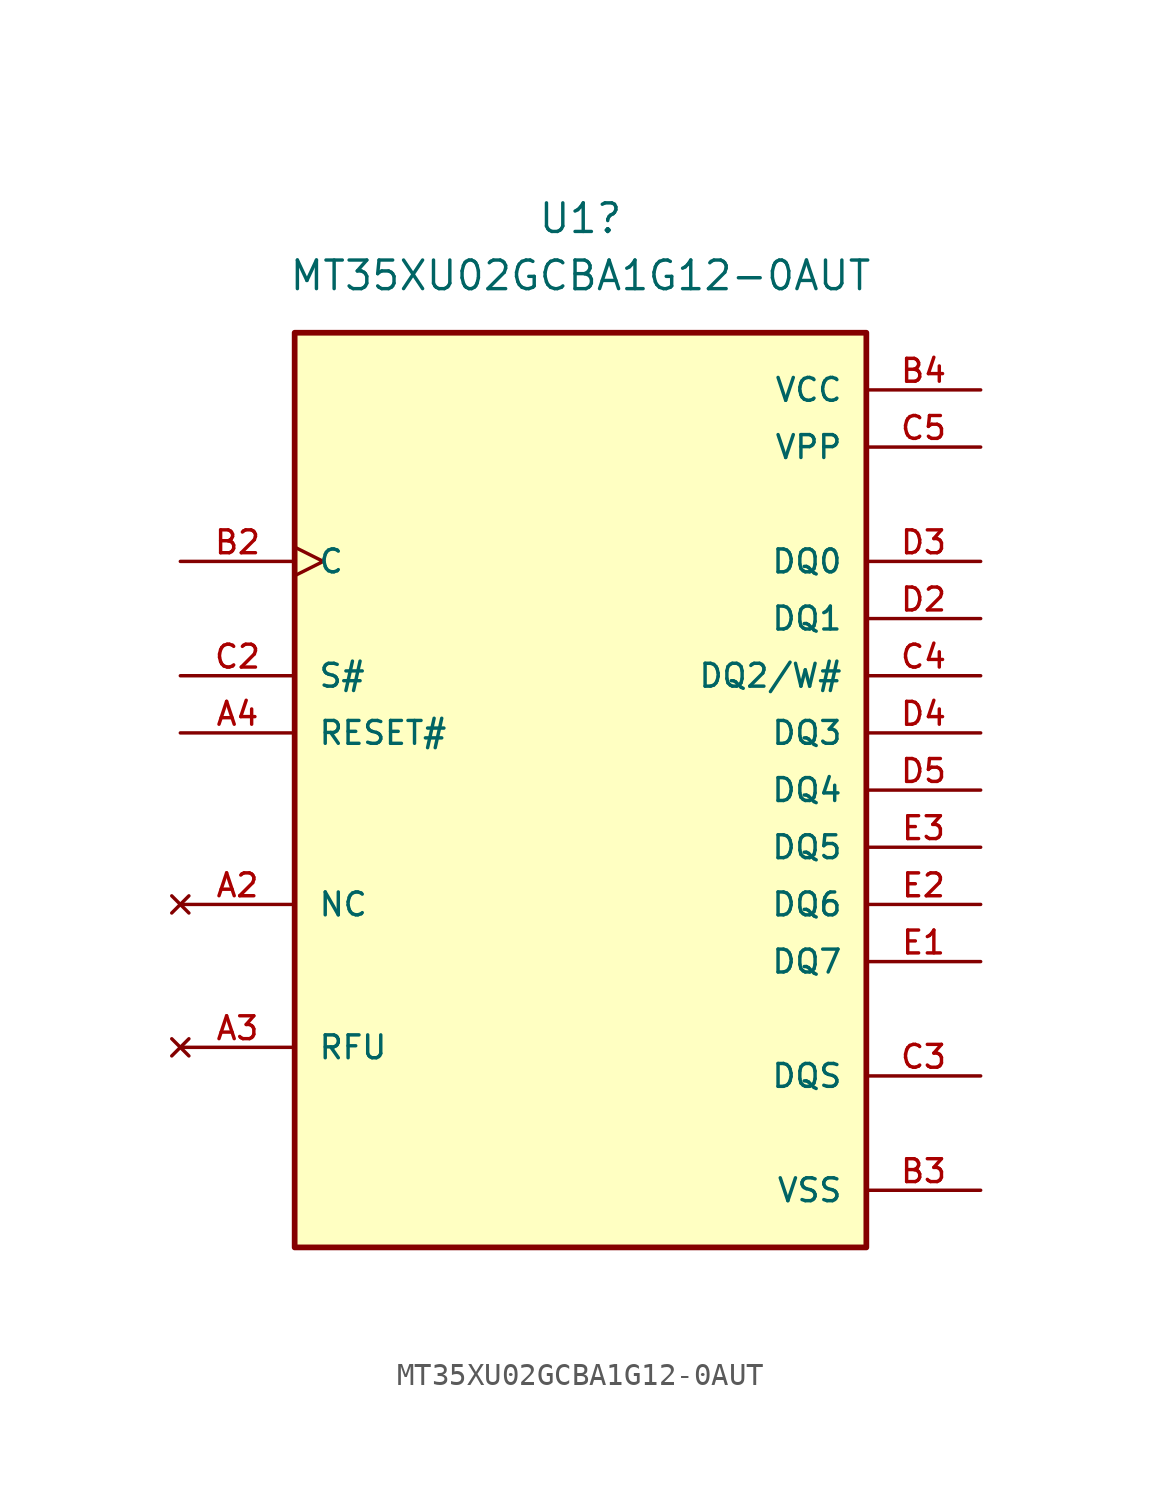
<source format=kicad_sym>
(kicad_symbol_lib
  (version 20241209)
  (generator "kicad_symbol_editor")
  (generator_version "9.0")
  (symbol "MT35XU02GCBA1G12-0AUT"
    (pin_names
      (offset 1.016))
    (property "Reference" "U1"
      (at 0 25.4 0)
      (effects (font (size 1.27 1.27))))
    (property "Value" "MT35XU02GCBA1G12-0AUT"
      (at 0 22.86 0)
      (effects (font (size 1.27 1.27))))
    (symbol "MT35XU02GCBA1G12-0AUT_0_0"
      (rectangle (start -12.7 -20.32) (end 12.7 20.32) (stroke (width 0.254) (type default)) (fill (type background)))
      (pin input clock (at -17.78 10.16 0) (length 5.08) (name "C" (effects (font (size 1.016 1.016)))) (number "B2" (effects (font (size 1.016 1.016)))))
      (pin input line (at -17.78 5.08 0) (length 5.08) (name "S#" (effects (font (size 1.016 1.016)))) (number "C2" (effects (font (size 1.016 1.016)))))
      (pin input line (at -17.78 2.54 0) (length 5.08) (name "RESET#" (effects (font (size 1.016 1.016)))) (number "A4" (effects (font (size 1.016 1.016)))))
      (pin no_connect line (at -17.78 -5.08 0) (length 5.08) (name "NC" (effects (font (size 1.016 1.016)))) (number "A2" (effects (font (size 1.016 1.016)))))
      (pin no_connect line (at -17.78 -7.62 0) (length 5.08) (hide yes) (name "RFU" (effects (font (size 1.016 1.016)))) (number "B5" (effects (font (size 1.016 1.016)))))
      (pin no_connect line (at -17.78 -8.89 0) (length 5.08) (hide yes) (name "RFU" (effects (font (size 1.016 1.016)))) (number "A5" (effects (font (size 1.016 1.016)))))
      (pin no_connect line (at -17.78 -10.16 0) (length 5.08) (hide yes) (name "RFU" (effects (font (size 1.016 1.016)))) (number "B1" (effects (font (size 1.016 1.016)))))
      (pin no_connect line (at -17.78 -11.43 0) (length 5.08) (name "RFU" (effects (font (size 1.016 1.016)))) (number "A3" (effects (font (size 1.016 1.016)))))
      (pin power_in line (at 17.78 17.78 180) (length 5.08) (name "VCC" (effects (font (size 1.016 1.016)))) (number "B4" (effects (font (size 1.016 1.016)))))
      (pin power_in line (at 17.78 17.78 180) (length 5.08) (hide yes) (name "VCC" (effects (font (size 1.016 1.016)))) (number "D1" (effects (font (size 1.016 1.016)))))
      (pin power_in line (at 17.78 17.78 180) (length 5.08) (hide yes) (name "VCC" (effects (font (size 1.016 1.016)))) (number "E4" (effects (font (size 1.016 1.016)))))
      (pin power_in line (at 17.78 15.24 180) (length 5.08) (name "VPP" (effects (font (size 1.016 1.016)))) (number "C5" (effects (font (size 1.016 1.016)))))
      (pin bidirectional line (at 17.78 10.16 180) (length 5.08) (name "DQ0" (effects (font (size 1.016 1.016)))) (number "D3" (effects (font (size 1.016 1.016)))))
      (pin bidirectional line (at 17.78 7.62 180) (length 5.08) (name "DQ1" (effects (font (size 1.016 1.016)))) (number "D2" (effects (font (size 1.016 1.016)))))
      (pin bidirectional line (at 17.78 5.08 180) (length 5.08) (name "DQ2/W#" (effects (font (size 1.016 1.016)))) (number "C4" (effects (font (size 1.016 1.016)))))
      (pin bidirectional line (at 17.78 2.54 180) (length 5.08) (name "DQ3" (effects (font (size 1.016 1.016)))) (number "D4" (effects (font (size 1.016 1.016)))))
      (pin bidirectional line (at 17.78 0 180) (length 5.08) (name "DQ4" (effects (font (size 1.016 1.016)))) (number "D5" (effects (font (size 1.016 1.016)))))
      (pin bidirectional line (at 17.78 -2.54 180) (length 5.08) (name "DQ5" (effects (font (size 1.016 1.016)))) (number "E3" (effects (font (size 1.016 1.016)))))
      (pin bidirectional line (at 17.78 -5.08 180) (length 5.08) (name "DQ6" (effects (font (size 1.016 1.016)))) (number "E2" (effects (font (size 1.016 1.016)))))
      (pin bidirectional line (at 17.78 -7.62 180) (length 5.08) (name "DQ7" (effects (font (size 1.016 1.016)))) (number "E1" (effects (font (size 1.016 1.016)))))
      (pin output line (at 17.78 -12.7 180) (length 5.08) (name "DQS" (effects (font (size 1.016 1.016)))) (number "C3" (effects (font (size 1.016 1.016)))))
      (pin power_in line (at 17.78 -17.78 180) (length 5.08) (name "VSS" (effects (font (size 1.016 1.016)))) (number "B3" (effects (font (size 1.016 1.016)))))
      (pin power_in line (at 17.78 -17.78 180) (length 5.08) (hide yes) (name "VSS" (effects (font (size 1.016 1.016)))) (number "C1" (effects (font (size 1.016 1.016)))))
      (pin power_in line (at 17.78 -17.78 180) (length 5.08) (hide yes) (name "VSS" (effects (font (size 1.016 1.016)))) (number "E5" (effects (font (size 1.016 1.016))))))))
</source>
